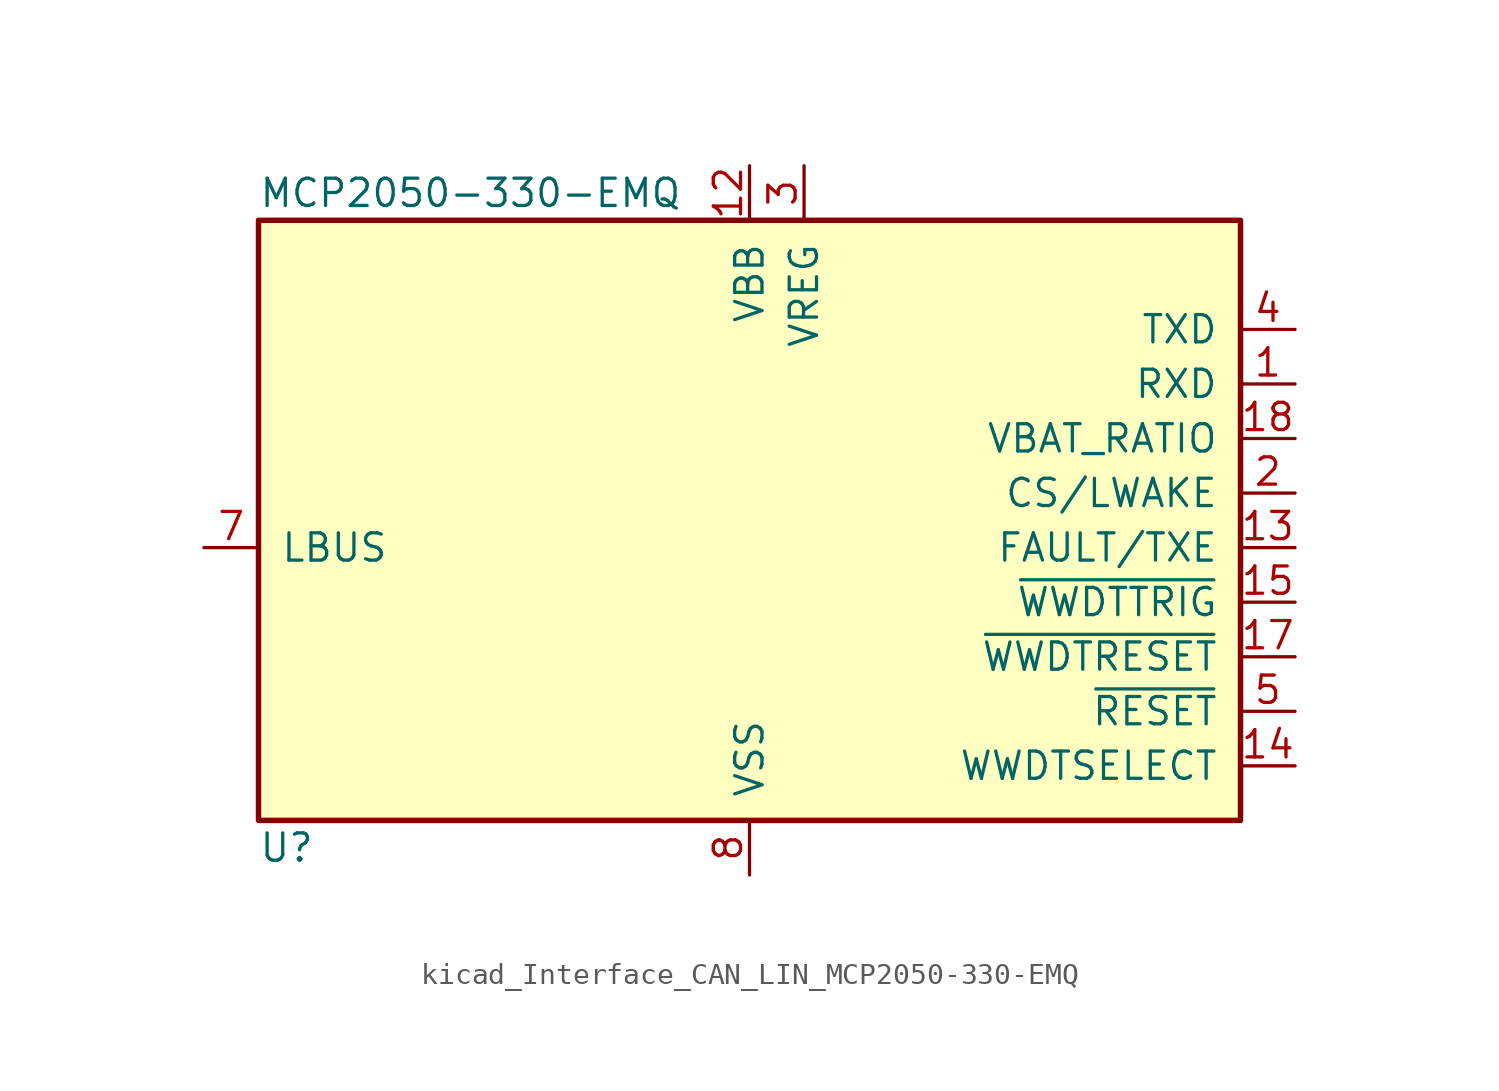
<source format=kicad_sym>
(kicad_symbol_lib
  (version 20220914)
  (generator kicad_symbol_editor)
  (symbol "kicad_Interface_CAN_LIN_MCP2050-330-EMQ"
    (pin_names
      (offset 1.016))
    (property "Reference" "U"
      (at -22.86 -13.97 0)
      (effects (font (size 1.27 1.27)) (justify left)))
    (property "Value" "MCP2050-330-EMQ"
      (at -22.86 16.51 0)
      (effects (font (size 1.27 1.27)) (justify left)))
    (symbol "kicad_Interface_CAN_LIN_MCP2050-330-EMQ_0_1"
      (rectangle (start -22.86 15.24) (end 22.86 -12.7) (stroke (width 0.254) (type default)) (fill (type background))))
    (symbol "kicad_Interface_CAN_LIN_MCP2050-330-EMQ_1_1"
      (pin output line (at 25.4 7.62 180) (length 2.54) (name "RXD" (effects (font (size 1.27 1.27)))) (number "1" (effects (font (size 1.27 1.27)))))
      (pin no_connect line (at -22.86 7.62 0) (length 2.54) hide (name "NC" (effects (font (size 1.27 1.27)))) (number "10" (effects (font (size 1.27 1.27)))))
      (pin no_connect line (at -22.86 5.08 0) (length 2.54) hide (name "NC" (effects (font (size 1.27 1.27)))) (number "11" (effects (font (size 1.27 1.27)))))
      (pin power_in line (at 0 17.78 270) (length 2.54) (name "VBB" (effects (font (size 1.27 1.27)))) (number "12" (effects (font (size 1.27 1.27)))))
      (pin open_collector line (at 25.4 0 180) (length 2.54) (name "FAULT/TXE" (effects (font (size 1.27 1.27)))) (number "13" (effects (font (size 1.27 1.27)))))
      (pin input line (at 25.4 -10.16 180) (length 2.54) (name "WWDTSELECT" (effects (font (size 1.27 1.27)))) (number "14" (effects (font (size 1.27 1.27)))))
      (pin input line (at 25.4 -2.54 180) (length 2.54) (name "~{WWDTTRIG}" (effects (font (size 1.27 1.27)))) (number "15" (effects (font (size 1.27 1.27)))))
      (pin no_connect line (at -22.86 2.54 0) (length 2.54) hide (name "NC" (effects (font (size 1.27 1.27)))) (number "16" (effects (font (size 1.27 1.27)))))
      (pin output line (at 25.4 -5.08 180) (length 2.54) (name "~{WWDTRESET}" (effects (font (size 1.27 1.27)))) (number "17" (effects (font (size 1.27 1.27)))))
      (pin output line (at 25.4 5.08 180) (length 2.54) (name "VBAT_RATIO" (effects (font (size 1.27 1.27)))) (number "18" (effects (font (size 1.27 1.27)))))
      (pin no_connect line (at -22.86 -2.54 0) (length 2.54) hide (name "NC" (effects (font (size 1.27 1.27)))) (number "19" (effects (font (size 1.27 1.27)))))
      (pin input line (at 25.4 2.54 180) (length 2.54) (name "CS/LWAKE" (effects (font (size 1.27 1.27)))) (number "2" (effects (font (size 1.27 1.27)))))
      (pin no_connect line (at -22.86 -5.08 0) (length 2.54) hide (name "NC" (effects (font (size 1.27 1.27)))) (number "20" (effects (font (size 1.27 1.27)))))
      (pin no_connect line (at -22.86 -7.62 0) (length 2.54) hide (name "PAD" (effects (font (size 1.27 1.27)))) (number "21" (effects (font (size 1.27 1.27)))))
      (pin power_out line (at 2.54 17.78 270) (length 2.54) (name "VREG" (effects (font (size 1.27 1.27)))) (number "3" (effects (font (size 1.27 1.27)))))
      (pin input line (at 25.4 10.16 180) (length 2.54) (name "TXD" (effects (font (size 1.27 1.27)))) (number "4" (effects (font (size 1.27 1.27)))))
      (pin output line (at 25.4 -7.62 180) (length 2.54) (name "~{RESET}" (effects (font (size 1.27 1.27)))) (number "5" (effects (font (size 1.27 1.27)))))
      (pin no_connect line (at -22.86 12.7 0) (length 2.54) hide (name "NC" (effects (font (size 1.27 1.27)))) (number "6" (effects (font (size 1.27 1.27)))))
      (pin open_collector line (at -25.4 0 0) (length 2.54) (name "LBUS" (effects (font (size 1.27 1.27)))) (number "7" (effects (font (size 1.27 1.27)))))
      (pin power_in line (at 0 -15.24 90) (length 2.54) (name "VSS" (effects (font (size 1.27 1.27)))) (number "8" (effects (font (size 1.27 1.27)))))
      (pin no_connect line (at -22.86 10.16 0) (length 2.54) hide (name "NC" (effects (font (size 1.27 1.27)))) (number "9" (effects (font (size 1.27 1.27))))))))
</source>
